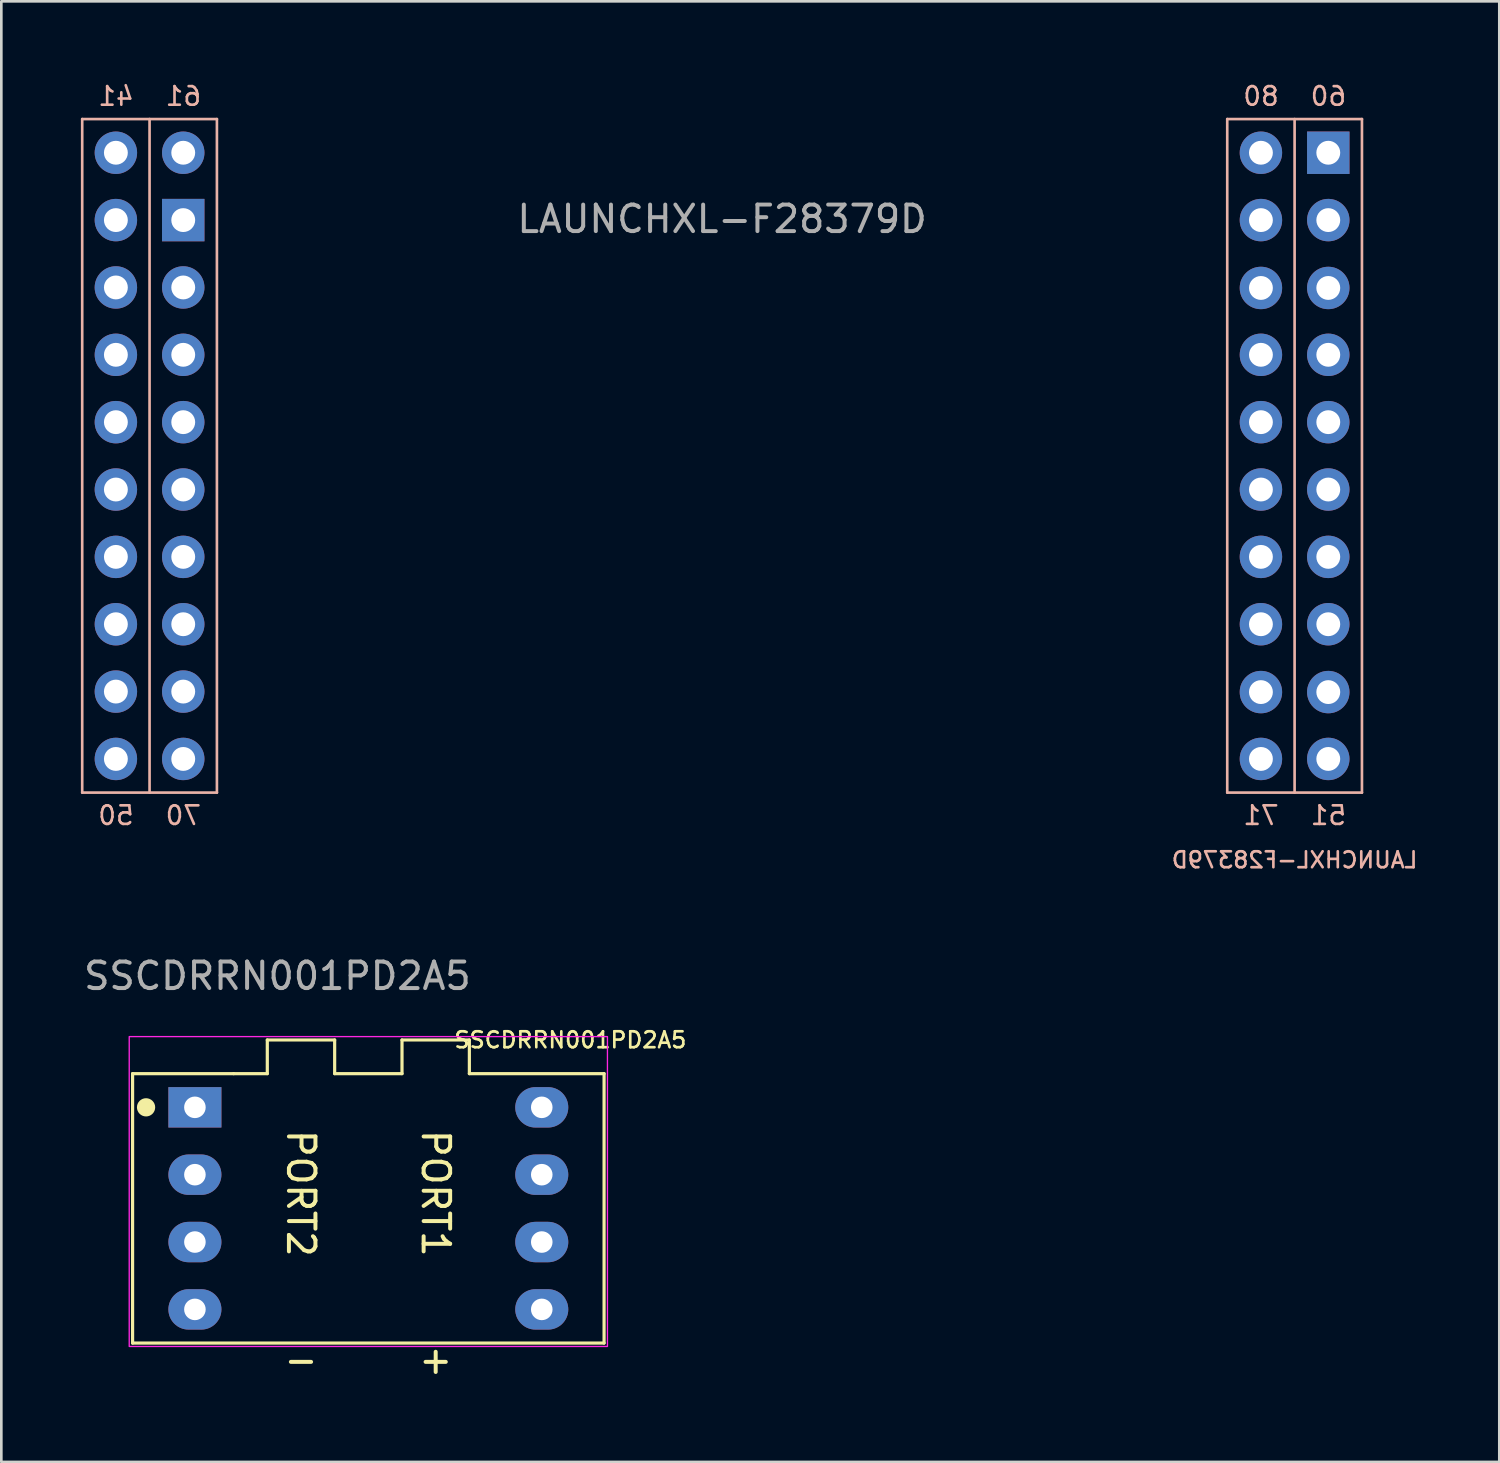
<source format=kicad_pcb>
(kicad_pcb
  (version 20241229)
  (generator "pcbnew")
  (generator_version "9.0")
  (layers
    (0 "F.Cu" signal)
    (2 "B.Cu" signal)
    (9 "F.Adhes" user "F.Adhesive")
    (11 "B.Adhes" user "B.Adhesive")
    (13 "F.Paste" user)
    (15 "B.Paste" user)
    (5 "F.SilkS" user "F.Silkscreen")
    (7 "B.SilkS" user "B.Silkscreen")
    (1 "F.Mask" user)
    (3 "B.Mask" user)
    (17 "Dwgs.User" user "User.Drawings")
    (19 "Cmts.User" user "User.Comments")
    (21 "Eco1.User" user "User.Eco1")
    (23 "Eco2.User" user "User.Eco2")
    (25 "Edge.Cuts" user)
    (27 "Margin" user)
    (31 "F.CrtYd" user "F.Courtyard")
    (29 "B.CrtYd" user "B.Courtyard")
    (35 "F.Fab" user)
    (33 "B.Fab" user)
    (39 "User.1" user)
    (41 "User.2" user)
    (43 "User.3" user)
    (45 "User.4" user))
  (footprint "LAUNCHXL-F28379D"
    (layer "F.Cu")
    (at 24.18 2.71)
    (property "Reference" "LAUNCHXL-F28379D" (at 21.59 26.67 0) (unlocked yes) (layer "B.SilkS") (effects (font (size 0.6 0.6) (thickness 0.1)) (justify mirror)))
    (attr through_hole)
    (fp_line (start -24.13 -1.27) (end -24.13 24.13) (stroke (width 0.1) (type default)) (layer "B.SilkS"))
    (fp_line (start -24.13 -1.27) (end -19.05 -1.27) (stroke (width 0.1) (type default)) (layer "B.SilkS"))
    (fp_line (start -21.59 24.13) (end -21.59 -1.27) (stroke (width 0.1) (type default)) (layer "B.SilkS"))
    (fp_line (start -19.05 24.13) (end -24.13 24.13) (stroke (width 0.1) (type default)) (layer "B.SilkS"))
    (fp_line (start -19.05 24.13) (end -19.05 -1.27) (stroke (width 0.1) (type default)) (layer "B.SilkS"))
    (fp_line (start 19.05 -1.27) (end 19.05 24.13) (stroke (width 0.1) (type default)) (layer "B.SilkS"))
    (fp_line (start 19.05 -1.27) (end 24.13 -1.27) (stroke (width 0.1) (type default)) (layer "B.SilkS"))
    (fp_line (start 21.59 -1.27) (end 21.59 24.13) (stroke (width 0.1) (type default)) (layer "B.SilkS"))
    (fp_line (start 24.13 24.13) (end 19.05 24.13) (stroke (width 0.1) (type default)) (layer "B.SilkS"))
    (fp_line (start 24.13 24.13) (end 24.13 -1.27) (stroke (width 0.1) (type default)) (layer "B.SilkS"))
    (fp_text user " 71" (at 21.59 25.4 0) (unlocked yes) (layer "B.SilkS") (effects (font (size 0.7 0.7) (thickness 0.1)) (justify left bottom mirror)))
    (fp_text user " 60" (at 24.13 -2.54 0) (unlocked yes) (layer "B.SilkS") (effects (font (size 0.7 0.7) (thickness 0.1)) (justify left top mirror)))
    (fp_text user " 80" (at 21.59 -2.54 0) (unlocked yes) (layer "B.SilkS") (effects (font (size 0.7 0.7) (thickness 0.1)) (justify left top mirror)))
    (fp_text user " 61" (at -19.05 -2.54 0) (unlocked yes) (layer "B.SilkS") (effects (font (size 0.7 0.7) (thickness 0.1)) (justify left top mirror)))
    (fp_text user " 41" (at -21.59 -2.54 0) (unlocked yes) (layer "B.SilkS") (effects (font (size 0.7 0.7) (thickness 0.1)) (justify left top mirror)))
    (fp_text user " 51" (at 24.13 25.4 0) (unlocked yes) (layer "B.SilkS") (effects (font (size 0.7 0.7) (thickness 0.1)) (justify left bottom mirror)))
    (fp_text user " 50" (at -21.59 25.4 0) (unlocked yes) (layer "B.SilkS") (effects (font (size 0.7 0.7) (thickness 0.1)) (justify left bottom mirror)))
    (fp_text user " 70" (at -19.05 25.4 0) (unlocked yes) (layer "B.SilkS") (effects (font (size 0.7 0.7) (thickness 0.1)) (justify left bottom mirror)))
    (fp_text user "${REFERENCE}" (at 0 2.5 0) (unlocked yes) (layer "F.Fab") (effects (font (size 1 1) (thickness 0.15))))
    (pad "41" thru_hole circle (at -22.86 0) (size 1.6 1.6) (drill 0.9) (layers "*.Cu" "*.Mask"))
    (pad "42" thru_hole circle (at -22.86 2.54) (size 1.6 1.6) (drill 0.9) (layers "*.Cu" "*.Mask"))
    (pad "43" thru_hole circle (at -22.86 5.08) (size 1.6 1.6) (drill 0.9) (layers "*.Cu" "*.Mask"))
    (pad "44" thru_hole circle (at -22.86 7.62) (size 1.6 1.6) (drill 0.9) (layers "*.Cu" "*.Mask"))
    (pad "45" thru_hole circle (at -22.86 10.16) (size 1.6 1.6) (drill 0.9) (layers "*.Cu" "*.Mask"))
    (pad "46" thru_hole circle (at -22.86 12.7) (size 1.6 1.6) (drill 0.9) (layers "*.Cu" "*.Mask"))
    (pad "47" thru_hole circle (at -22.86 15.24) (size 1.6 1.6) (drill 0.9) (layers "*.Cu" "*.Mask"))
    (pad "48" thru_hole circle (at -22.86 17.78) (size 1.6 1.6) (drill 0.9) (layers "*.Cu" "*.Mask"))
    (pad "49" thru_hole circle (at -22.86 20.32) (size 1.6 1.6) (drill 0.9) (layers "*.Cu" "*.Mask"))
    (pad "50" thru_hole circle (at -22.86 22.86) (size 1.6 1.6) (drill 0.9) (layers "*.Cu" "*.Mask"))
    (pad "51" thru_hole circle (at 22.86 22.86) (size 1.6 1.6) (drill 0.9) (layers "*.Cu" "*.Mask"))
    (pad "52" thru_hole circle (at 22.86 20.339) (size 1.6 1.6) (drill 0.9) (layers "*.Cu" "*.Mask"))
    (pad "53" thru_hole circle (at 22.86 17.78) (size 1.6 1.6) (drill 0.9) (layers "*.Cu" "*.Mask"))
    (pad "54" thru_hole circle (at 22.86 15.24) (size 1.6 1.6) (drill 0.9) (layers "*.Cu" "*.Mask"))
    (pad "55" thru_hole circle (at 22.86 12.7) (size 1.6 1.6) (drill 0.9) (layers "*.Cu" "*.Mask"))
    (pad "56" thru_hole circle (at 22.86 10.16) (size 1.6 1.6) (drill 0.9) (layers "*.Cu" "*.Mask"))
    (pad "57" thru_hole circle (at 22.86 7.62) (size 1.6 1.6) (drill 0.9) (layers "*.Cu" "*.Mask"))
    (pad "58" thru_hole circle (at 22.86 5.099) (size 1.6 1.6) (drill 0.9) (layers "*.Cu" "*.Mask"))
    (pad "59" thru_hole circle (at 22.86 2.54) (size 1.6 1.6) (drill 0.9) (layers "*.Cu" "*.Mask"))
    (pad "60" thru_hole rect (at 22.86 0) (size 1.6 1.6) (drill 0.9) (layers "*.Cu" "*.Mask"))
    (pad "61" thru_hole circle (at -20.32 0) (size 1.6 1.6) (drill 0.9) (layers "*.Cu" "*.Mask"))
    (pad "62" thru_hole rect (at -20.32 2.54) (size 1.6 1.6) (drill 0.9) (layers "*.Cu" "*.Mask"))
    (pad "63" thru_hole circle (at -20.32 5.08) (size 1.6 1.6) (drill 0.9) (layers "*.Cu" "*.Mask"))
    (pad "64" thru_hole circle (at -20.32 7.62) (size 1.6 1.6) (drill 0.9) (layers "*.Cu" "*.Mask"))
    (pad "65" thru_hole circle (at -20.32 10.16) (size 1.6 1.6) (drill 0.9) (layers "*.Cu" "*.Mask"))
    (pad "66" thru_hole circle (at -20.32 12.7) (size 1.6 1.6) (drill 0.9) (layers "*.Cu" "*.Mask"))
    (pad "67" thru_hole circle (at -20.32 15.24) (size 1.6 1.6) (drill 0.9) (layers "*.Cu" "*.Mask"))
    (pad "68" thru_hole circle (at -20.32 17.78) (size 1.6 1.6) (drill 0.9) (layers "*.Cu" "*.Mask"))
    (pad "69" thru_hole circle (at -20.32 20.32) (size 1.6 1.6) (drill 0.9) (layers "*.Cu" "*.Mask"))
    (pad "70" thru_hole circle (at -20.32 22.86) (size 1.6 1.6) (drill 0.9) (layers "*.Cu" "*.Mask"))
    (pad "71" thru_hole circle (at 20.32 22.86) (size 1.6 1.6) (drill 0.9) (layers "*.Cu" "*.Mask"))
    (pad "72" thru_hole circle (at 20.32 20.339) (size 1.6 1.6) (drill 0.9) (layers "*.Cu" "*.Mask"))
    (pad "73" thru_hole circle (at 20.32 17.78) (size 1.6 1.6) (drill 0.9) (layers "*.Cu" "*.Mask"))
    (pad "74" thru_hole circle (at 20.32 15.24) (size 1.6 1.6) (drill 0.9) (layers "*.Cu" "*.Mask"))
    (pad "75" thru_hole circle (at 20.32 12.7) (size 1.6 1.6) (drill 0.9) (layers "*.Cu" "*.Mask"))
    (pad "76" thru_hole circle (at 20.32 10.16) (size 1.6 1.6) (drill 0.9) (layers "*.Cu" "*.Mask"))
    (pad "77" thru_hole circle (at 20.32 7.62) (size 1.6 1.6) (drill 0.9) (layers "*.Cu" "*.Mask"))
    (pad "78" thru_hole circle (at 20.32 5.099) (size 1.6 1.6) (drill 0.9) (layers "*.Cu" "*.Mask"))
    (pad "79" thru_hole circle (at 20.32 2.54) (size 1.6 1.6) (drill 0.9) (layers "*.Cu" "*.Mask"))
    (pad "80" thru_hole circle (at 20.32 0) (size 1.6 1.6) (drill 0.9) (layers "*.Cu" "*.Mask")))
  (footprint "SSCDRRN001PD2A5"
    (layer "F.Cu")
    (at 10.84 42.518)
    (property "Reference" "SSCDRRN001PD2A5" (at 7.62 -6.35 0) (unlocked yes) (layer "F.SilkS") (effects (font (size 0.6 0.6) (thickness 0.1) (bold yes))))
    (attr through_hole)
    (fp_line (start -8.89 -5.08) (end -8.89 5.08) (stroke (width 0.12) (type default)) (layer "F.SilkS"))
    (fp_line (start -8.89 -5.08) (end -5.08 -5.08) (stroke (width 0.12) (type default)) (layer "F.SilkS"))
    (fp_line (start -8.89 5.08) (end 8.89 5.08) (stroke (width 0.12) (type default)) (layer "F.SilkS"))
    (fp_line (start -5.08 -5.08) (end -3.81 -5.08) (stroke (width 0.12) (type default)) (layer "F.SilkS"))
    (fp_line (start -3.81 -6.35) (end -1.27 -6.35) (stroke (width 0.12) (type default)) (layer "F.SilkS"))
    (fp_line (start -3.81 -5.08) (end -3.81 -6.35) (stroke (width 0.12) (type default)) (layer "F.SilkS"))
    (fp_line (start -1.27 -6.35) (end -1.27 -5.08) (stroke (width 0.12) (type default)) (layer "F.SilkS"))
    (fp_line (start -1.27 -5.08) (end 1.27 -5.08) (stroke (width 0.12) (type default)) (layer "F.SilkS"))
    (fp_line (start 1.27 -6.35) (end 3.81 -6.35) (stroke (width 0.12) (type default)) (layer "F.SilkS"))
    (fp_line (start 1.27 -5.08) (end 1.27 -6.35) (stroke (width 0.12) (type default)) (layer "F.SilkS"))
    (fp_line (start 3.81 -6.35) (end 3.81 -5.08) (stroke (width 0.12) (type default)) (layer "F.SilkS"))
    (fp_line (start 3.81 -5.08) (end 8.89 -5.08) (stroke (width 0.12) (type default)) (layer "F.SilkS"))
    (fp_line (start 8.89 5.08) (end 8.89 -5.08) (stroke (width 0.12) (type default)) (layer "F.SilkS"))
    (fp_circle (center -8.382 -3.81) (end -8.098 -3.81) (stroke (width 0.12) (type solid)) (fill yes) (layer "F.SilkS"))
    (fp_rect (start -9.017 -6.477) (end 9.017 5.207) (stroke (width 0.05) (type default)) (fill no) (layer "F.CrtYd"))
    (fp_text user "-" (at -2.54 5.715 0) (unlocked yes) (layer "F.SilkS") (effects (font (size 1 1) (thickness 0.15))))
    (fp_text user "+" (at 2.54 5.715 0) (unlocked yes) (layer "F.SilkS") (effects (font (size 1 1) (thickness 0.15))))
    (fp_text user "PORT2" (at -2.54 -3.048 270) (unlocked yes) (layer "F.SilkS") (effects (font (size 1 1) (thickness 0.15)) (justify left)))
    (fp_text user "PORT1" (at 2.54 -3.048 270) (unlocked yes) (layer "F.SilkS") (effects (font (size 1 1) (thickness 0.15)) (justify left)))
    (fp_text user "${REFERENCE}" (at -3.429 -8.763 0) (unlocked yes) (layer "F.Fab") (effects (font (size 1 1) (thickness 0.15))))
    (pad "1" thru_hole rect (at -6.54 -3.81) (size 2 1.524) (drill 0.813) (layers "*.Cu" "*.Mask"))
    (pad "2" thru_hole oval (at -6.54 -1.27) (size 2 1.524) (drill 0.813) (layers "*.Cu" "*.Mask"))
    (pad "3" thru_hole oval (at -6.54 1.27) (size 2 1.524) (drill 0.813) (layers "*.Cu" "*.Mask"))
    (pad "4" thru_hole oval (at -6.54 3.81) (size 2 1.524) (drill 0.813) (layers "*.Cu" "*.Mask"))
    (pad "5" thru_hole oval (at 6.54 3.81) (size 2 1.524) (drill 0.813) (layers "*.Cu" "*.Mask"))
    (pad "6" thru_hole oval (at 6.54 1.27) (size 2 1.524) (drill 0.813) (layers "*.Cu" "*.Mask"))
    (pad "7" thru_hole oval (at 6.54 -1.27) (size 2 1.524) (drill 0.813) (layers "*.Cu" "*.Mask"))
    (pad "8" thru_hole oval (at 6.54 -3.81) (size 2 1.524) (drill 0.813) (layers "*.Cu" "*.Mask")))
  (gr_rect
    (start -3 -3)
    (end 53.489 52.081)
    (stroke (width 0.1) (type default))
    (fill no)
    (layer "Edge.Cuts")))
</source>
